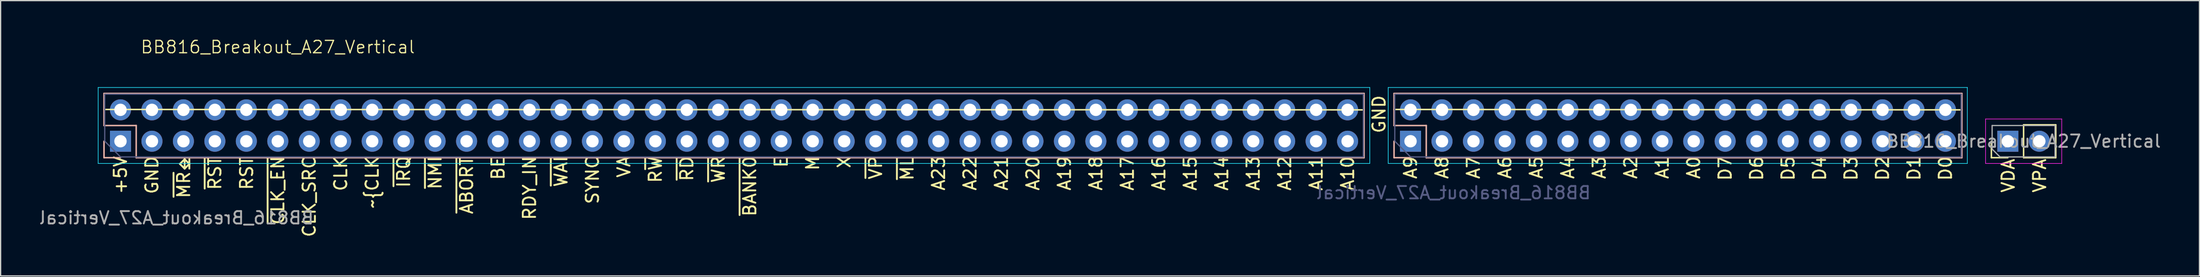
<source format=kicad_pcb>
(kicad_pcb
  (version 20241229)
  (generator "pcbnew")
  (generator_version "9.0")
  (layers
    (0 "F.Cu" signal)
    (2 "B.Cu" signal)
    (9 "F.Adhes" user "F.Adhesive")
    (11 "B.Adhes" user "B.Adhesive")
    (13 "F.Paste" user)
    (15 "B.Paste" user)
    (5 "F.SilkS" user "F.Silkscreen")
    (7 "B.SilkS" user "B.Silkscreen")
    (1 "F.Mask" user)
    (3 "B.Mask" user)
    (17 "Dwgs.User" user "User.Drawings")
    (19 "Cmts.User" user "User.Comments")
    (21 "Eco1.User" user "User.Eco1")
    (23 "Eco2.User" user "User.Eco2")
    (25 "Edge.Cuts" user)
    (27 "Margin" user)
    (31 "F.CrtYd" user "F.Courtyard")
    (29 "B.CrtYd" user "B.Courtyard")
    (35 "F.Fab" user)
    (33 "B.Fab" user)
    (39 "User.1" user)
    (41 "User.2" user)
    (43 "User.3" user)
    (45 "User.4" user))
  (footprint "BB816_Breakout_A27_Vertical"
    (layer "F.Cu")
    (at 6.666 8.37)
    (property "Reference" "BB816_Breakout_A27_Vertical" (at 12.71 -7.61 0) (unlocked yes) (layer "F.SilkS") (effects (font (size 1 1) (thickness 0.1))))
    (attr through_hole)
    (fp_line (start 100.34 -2.53) (end -1.32 -2.56) (stroke (width 0.12) (type solid)) (layer "F.SilkS"))
    (fp_line (start 148.66 -2.53) (end 102.82 -2.56) (stroke (width 0.12) (type solid)) (layer "F.SilkS"))
    (fp_line (start 151.04 1.34) (end 151.04 0.01) (stroke (width 0.12) (type solid)) (layer "F.SilkS"))
    (fp_line (start 152.37 1.34) (end 151.04 1.34) (stroke (width 0.12) (type solid)) (layer "F.SilkS"))
    (fp_line (start 153.64 -1.32) (end 156.24 -1.32) (stroke (width 0.12) (type solid)) (layer "F.SilkS"))
    (fp_line (start 153.64 1.34) (end 153.64 -1.32) (stroke (width 0.12) (type solid)) (layer "F.SilkS"))
    (fp_line (start 153.64 1.34) (end 156.24 1.34) (stroke (width 0.12) (type solid)) (layer "F.SilkS"))
    (fp_line (start 156.24 1.34) (end 156.24 -1.32) (stroke (width 0.12) (type solid)) (layer "F.SilkS"))
    (fp_line (start -1.32 -3.86) (end 100.4 -3.86) (stroke (width 0.12) (type solid)) (layer "B.SilkS"))
    (fp_line (start -1.32 -1.26) (end -1.32 -3.86) (stroke (width 0.12) (type solid)) (layer "B.SilkS"))
    (fp_line (start -1.32 1.34) (end -1.32 0.01) (stroke (width 0.12) (type solid)) (layer "B.SilkS"))
    (fp_line (start 0.01 1.34) (end -1.32 1.34) (stroke (width 0.12) (type solid)) (layer "B.SilkS"))
    (fp_line (start 1.28 -1.26) (end -1.32 -1.26) (stroke (width 0.12) (type solid)) (layer "B.SilkS"))
    (fp_line (start 1.28 1.34) (end 1.28 -1.26) (stroke (width 0.12) (type solid)) (layer "B.SilkS"))
    (fp_line (start 1.28 1.34) (end 100.4 1.34) (stroke (width 0.12) (type solid)) (layer "B.SilkS"))
    (fp_line (start 100.4 1.34) (end 100.4 -3.86) (stroke (width 0.12) (type solid)) (layer "B.SilkS"))
    (fp_line (start 102.82 -3.86) (end 148.66 -3.86) (stroke (width 0.12) (type solid)) (layer "B.SilkS"))
    (fp_line (start 102.82 -1.26) (end 102.82 -3.86) (stroke (width 0.12) (type solid)) (layer "B.SilkS"))
    (fp_line (start 102.82 1.34) (end 102.82 0.01) (stroke (width 0.12) (type solid)) (layer "B.SilkS"))
    (fp_line (start 104.15 1.34) (end 102.82 1.34) (stroke (width 0.12) (type solid)) (layer "B.SilkS"))
    (fp_line (start 105.42 -1.26) (end 102.82 -1.26) (stroke (width 0.12) (type solid)) (layer "B.SilkS"))
    (fp_line (start 105.42 1.34) (end 105.42 -1.26) (stroke (width 0.12) (type solid)) (layer "B.SilkS"))
    (fp_line (start 105.42 1.34) (end 148.66 1.34) (stroke (width 0.12) (type solid)) (layer "B.SilkS"))
    (fp_line (start 148.66 1.34) (end 148.66 -3.86) (stroke (width 0.12) (type solid)) (layer "B.SilkS"))
    (fp_line (start -1.79 -4.34) (end -1.79 1.81) (stroke (width 0.05) (type solid)) (layer "B.CrtYd"))
    (fp_line (start -1.79 1.81) (end 100.86 1.81) (stroke (width 0.05) (type solid)) (layer "B.CrtYd"))
    (fp_line (start 100.86 -4.34) (end -1.79 -4.34) (stroke (width 0.05) (type solid)) (layer "B.CrtYd"))
    (fp_line (start 100.86 1.81) (end 100.86 -4.34) (stroke (width 0.05) (type solid)) (layer "B.CrtYd"))
    (fp_line (start 102.35 -4.34) (end 102.35 1.81) (stroke (width 0.05) (type solid)) (layer "B.CrtYd"))
    (fp_line (start 102.35 1.81) (end 149.1 1.81) (stroke (width 0.05) (type solid)) (layer "B.CrtYd"))
    (fp_line (start 149.1 -4.34) (end 102.35 -4.34) (stroke (width 0.05) (type solid)) (layer "B.CrtYd"))
    (fp_line (start 149.1 1.81) (end 149.1 -4.34) (stroke (width 0.05) (type solid)) (layer "B.CrtYd"))
    (fp_line (start 150.57 -1.79) (end 150.57 1.81) (stroke (width 0.05) (type solid)) (layer "F.CrtYd"))
    (fp_line (start 150.57 1.81) (end 156.72 1.81) (stroke (width 0.05) (type solid)) (layer "F.CrtYd"))
    (fp_line (start 156.72 -1.79) (end 150.57 -1.79) (stroke (width 0.05) (type solid)) (layer "F.CrtYd"))
    (fp_line (start 156.72 1.81) (end 156.72 -1.79) (stroke (width 0.05) (type solid)) (layer "F.CrtYd"))
    (fp_line (start -1.26 -3.8) (end 100.34 -3.8) (stroke (width 0.1) (type solid)) (layer "B.Fab"))
    (fp_line (start -1.26 0.01) (end -1.26 -3.8) (stroke (width 0.1) (type solid)) (layer "B.Fab"))
    (fp_line (start 0.01 1.28) (end -1.26 0.01) (stroke (width 0.1) (type solid)) (layer "B.Fab"))
    (fp_line (start 100.34 -3.8) (end 100.34 1.28) (stroke (width 0.1) (type solid)) (layer "B.Fab"))
    (fp_line (start 100.34 1.28) (end 0.01 1.28) (stroke (width 0.1) (type solid)) (layer "B.Fab"))
    (fp_line (start 102.88 -3.8) (end 148.6 -3.8) (stroke (width 0.1) (type solid)) (layer "B.Fab"))
    (fp_line (start 102.88 0.01) (end 102.88 -3.8) (stroke (width 0.1) (type solid)) (layer "B.Fab"))
    (fp_line (start 104.15 1.28) (end 102.88 0.01) (stroke (width 0.1) (type solid)) (layer "B.Fab"))
    (fp_line (start 148.6 -3.8) (end 148.6 1.28) (stroke (width 0.1) (type solid)) (layer "B.Fab"))
    (fp_line (start 148.6 1.28) (end 104.15 1.28) (stroke (width 0.1) (type solid)) (layer "B.Fab"))
    (fp_line (start 151.1 -1.26) (end 156.18 -1.26) (stroke (width 0.1) (type solid)) (layer "F.Fab"))
    (fp_line (start 151.1 0.645) (end 151.1 -1.26) (stroke (width 0.1) (type solid)) (layer "F.Fab"))
    (fp_line (start 151.735 1.28) (end 151.1 0.645) (stroke (width 0.1) (type solid)) (layer "F.Fab"))
    (fp_line (start 156.18 -1.26) (end 156.18 1.28) (stroke (width 0.1) (type solid)) (layer "F.Fab"))
    (fp_line (start 156.18 1.28) (end 151.735 1.28) (stroke (width 0.1) (type solid)) (layer "F.Fab"))
    (fp_text user "+5V" (at 0.01 1.128 90) (unlocked yes) (layer "F.SilkS") (effects (font (size 1 1) (thickness 0.15)) (justify right)))
    (fp_text user "D5" (at 134.63 1.138 90) (unlocked yes) (layer "F.SilkS") (effects (font (size 1 1) (thickness 0.15)) (justify right)))
    (fp_text user "~{CLK_EN}" (at 12.71 1.128 90) (unlocked yes) (layer "F.SilkS") (effects (font (size 1 1) (thickness 0.15)) (justify right)))
    (fp_text user "E" (at 53.35 1.128 90) (unlocked yes) (layer "F.SilkS") (effects (font (size 1 1) (thickness 0.15)) (justify right)))
    (fp_text user "A1" (at 124.47 1.138 90) (unlocked yes) (layer "F.SilkS") (effects (font (size 1 1) (thickness 0.15)) (justify right)))
    (fp_text user "A17" (at 81.29 1.138 90) (unlocked yes) (layer "F.SilkS") (effects (font (size 1 1) (thickness 0.15)) (justify right)))
    (fp_text user "RDY_IN" (at 33.03 1.128 90) (unlocked yes) (layer "F.SilkS") (effects (font (size 1 1) (thickness 0.15)) (justify right)))
    (fp_text user "~{WR}" (at 48.27 1.128 90) (unlocked yes) (layer "F.SilkS") (effects (font (size 1 1) (thickness 0.15)) (justify right)))
    (fp_text user "~{MR}⎒" (at 5.115 1.128 90) (unlocked yes) (layer "F.SilkS") (effects (font (size 1 1) (thickness 0.15)) (justify right)))
    (fp_text user "~{BANK0}" (at 50.81 1.128 90) (unlocked yes) (layer "F.SilkS") (effects (font (size 1 1) (thickness 0.15)) (justify right)))
    (fp_text user "A13" (at 91.45 1.138 90) (unlocked yes) (layer "F.SilkS") (effects (font (size 1 1) (thickness 0.15)) (justify right)))
    (fp_text user "GND" (at 2.55 1.128 90) (unlocked yes) (layer "F.SilkS") (effects (font (size 1 1) (thickness 0.15)) (justify right)))
    (fp_text user "CLK_SRC" (at 15.25 1.138 90) (unlocked yes) (layer "F.SilkS") (effects (font (size 1 1) (thickness 0.15)) (justify right)))
    (fp_text user "VA" (at 40.65 1.128 90) (unlocked yes) (layer "F.SilkS") (effects (font (size 1 1) (thickness 0.15)) (justify right)))
    (fp_text user "BE" (at 30.49 1.128 90) (unlocked yes) (layer "F.SilkS") (effects (font (size 1 1) (thickness 0.15)) (justify right)))
    (fp_text user "A5" (at 114.31 1.138 90) (unlocked yes) (layer "F.SilkS") (effects (font (size 1 1) (thickness 0.15)) (justify right)))
    (fp_text user "A0" (at 127.01 1.138 90) (unlocked yes) (layer "F.SilkS") (effects (font (size 1 1) (thickness 0.15)) (justify right)))
    (fp_text user "RST" (at 10.195 1.128 90) (unlocked yes) (layer "F.SilkS") (effects (font (size 1 1) (thickness 0.15)) (justify right)))
    (fp_text user "VPA" (at 154.94 1.34 90) (unlocked yes) (layer "F.SilkS") (effects (font (size 1 1) (thickness 0.15)) (justify right)))
    (fp_text user "~{IRQ}" (at 22.87 1.128 90) (unlocked yes) (layer "F.SilkS") (effects (font (size 1 1) (thickness 0.15)) (justify right)))
    (fp_text user "A6" (at 111.77 1.138 90) (unlocked yes) (layer "F.SilkS") (effects (font (size 1 1) (thickness 0.15)) (justify right)))
    (fp_text user "A18" (at 78.75 1.128 90) (unlocked yes) (layer "F.SilkS") (effects (font (size 1 1) (thickness 0.15)) (justify right)))
    (fp_text user "D1\n" (at 144.79 1.138 90) (unlocked yes) (layer "F.SilkS") (effects (font (size 1 1) (thickness 0.15)) (justify right)))
    (fp_text user "SYNC" (at 38.11 1.128 90) (unlocked yes) (layer "F.SilkS") (effects (font (size 1 1) (thickness 0.15)) (justify right)))
    (fp_text user "~{VP}" (at 60.97 1.128 90) (unlocked yes) (layer "F.SilkS") (effects (font (size 1 1) (thickness 0.15)) (justify right)))
    (fp_text user "~{NMI}" (at 25.41 1.128 90) (unlocked yes) (layer "F.SilkS") (effects (font (size 1 1) (thickness 0.15)) (justify right)))
    (fp_text user "A3" (at 119.39 1.138 90) (unlocked yes) (layer "F.SilkS") (effects (font (size 1 1) (thickness 0.15)) (justify right)))
    (fp_text user "VDA" (at 152.4 1.34 90) (unlocked yes) (layer "F.SilkS") (effects (font (size 1 1) (thickness 0.15)) (justify right)))
    (fp_text user "A2" (at 121.93 1.138 90) (unlocked yes) (layer "F.SilkS") (effects (font (size 1 1) (thickness 0.15)) (justify right)))
    (fp_text user "A15" (at 86.37 1.138 90) (unlocked yes) (layer "F.SilkS") (effects (font (size 1 1) (thickness 0.15)) (justify right)))
    (fp_text user "A21" (at 71.13 1.128 90) (unlocked yes) (layer "F.SilkS") (effects (font (size 1 1) (thickness 0.15)) (justify right)))
    (fp_text user "~{ABORT}" (at 27.95 1.128 90) (unlocked yes) (layer "F.SilkS") (effects (font (size 1 1) (thickness 0.15)) (justify right)))
    (fp_text user "A7" (at 109.23 1.138 90) (unlocked yes) (layer "F.SilkS") (effects (font (size 1 1) (thickness 0.15)) (justify right)))
    (fp_text user "R~{W}" (at 43.19 1.128 90) (unlocked yes) (layer "F.SilkS") (effects (font (size 1 1) (thickness 0.15)) (justify right)))
    (fp_text user "M" (at 55.89 1.128 90) (unlocked yes) (layer "F.SilkS") (effects (font (size 1 1) (thickness 0.15)) (justify right)))
    (fp_text user "A8" (at 106.69 1.138 90) (unlocked yes) (layer "F.SilkS") (effects (font (size 1 1) (thickness 0.15)) (justify right)))
    (fp_text user "X" (at 58.43 1.128 90) (unlocked yes) (layer "F.SilkS") (effects (font (size 1 1) (thickness 0.15)) (justify right)))
    (fp_text user "A14" (at 88.91 1.138 90) (unlocked yes) (layer "F.SilkS") (effects (font (size 1 1) (thickness 0.15)) (justify right)))
    (fp_text user "A4" (at 116.85 1.138 90) (unlocked yes) (layer "F.SilkS") (effects (font (size 1 1) (thickness 0.15)) (justify right)))
    (fp_text user "A16" (at 83.83 1.138 90) (unlocked yes) (layer "F.SilkS") (effects (font (size 1 1) (thickness 0.15)) (justify right)))
    (fp_text user "D3" (at 139.71 1.138 90) (unlocked yes) (layer "F.SilkS") (effects (font (size 1 1) (thickness 0.15)) (justify right)))
    (fp_text user "D4" (at 137.17 1.138 90) (unlocked yes) (layer "F.SilkS") (effects (font (size 1 1) (thickness 0.15)) (justify right)))
    (fp_text user "D2" (at 142.25 1.138 90) (unlocked yes) (layer "F.SilkS") (effects (font (size 1 1) (thickness 0.15)) (justify right)))
    (fp_text user "~{WAI}" (at 35.57 1.128 90) (unlocked yes) (layer "F.SilkS") (effects (font (size 1 1) (thickness 0.15)) (justify right)))
    (fp_text user "GND" (at 101.61 -3.8 90) (unlocked yes) (layer "F.SilkS") (effects (font (size 1 1) (thickness 0.15)) (justify right)))
    (fp_text user "D0" (at 147.33 1.138 90) (unlocked yes) (layer "F.SilkS") (effects (font (size 1 1) (thickness 0.15)) (justify right)))
    (fp_text user "A11" (at 96.53 1.138 90) (unlocked yes) (layer "F.SilkS") (effects (font (size 1 1) (thickness 0.15)) (justify right)))
    (fp_text user "A23" (at 66.05 1.128 90) (unlocked yes) (layer "F.SilkS") (effects (font (size 1 1) (thickness 0.15)) (justify right)))
    (fp_text user "CLK" (at 17.79 1.128 90) (unlocked yes) (layer "F.SilkS") (effects (font (size 1 1) (thickness 0.15)) (justify right)))
    (fp_text user "A12" (at 93.99 1.138 90) (unlocked yes) (layer "F.SilkS") (effects (font (size 1 1) (thickness 0.15)) (justify right)))
    (fp_text user "A19" (at 76.21 1.128 90) (unlocked yes) (layer "F.SilkS") (effects (font (size 1 1) (thickness 0.15)) (justify right)))
    (fp_text user "~{ML}" (at 63.51 1.128 90) (unlocked yes) (layer "F.SilkS") (effects (font (size 1 1) (thickness 0.15)) (justify right)))
    (fp_text user "A22" (at 68.59 1.128 90) (unlocked yes) (layer "F.SilkS") (effects (font (size 1 1) (thickness 0.15)) (justify right)))
    (fp_text user "A10" (at 99.07 1.138 90) (unlocked yes) (layer "F.SilkS") (effects (font (size 1 1) (thickness 0.15)) (justify right)))
    (fp_text user "~{RST}" (at 7.63 1.128 90) (unlocked yes) (layer "F.SilkS") (effects (font (size 1 1) (thickness 0.15)) (justify right)))
    (fp_text user "A20" (at 73.67 1.128 90) (unlocked yes) (layer "F.SilkS") (effects (font (size 1 1) (thickness 0.15)) (justify right)))
    (fp_text user "A9" (at 104.15 1.138 90) (unlocked yes) (layer "F.SilkS") (effects (font (size 1 1) (thickness 0.15)) (justify right)))
    (fp_text user "D6" (at 132.09 1.138 90) (unlocked yes) (layer "F.SilkS") (effects (font (size 1 1) (thickness 0.15)) (justify right)))
    (fp_text user "~{CLK" (at 20.33 1.128 90) (unlocked yes) (layer "F.SilkS") (effects (font (size 1 1) (thickness 0.15)) (justify right)))
    (fp_text user "D7" (at 129.55 1.138 90) (unlocked yes) (layer "F.SilkS") (effects (font (size 1 1) (thickness 0.15)) (justify right)))
    (fp_text user "~{RD}" (at 45.73 1.128 90) (unlocked yes) (layer "F.SilkS") (effects (font (size 1 1) (thickness 0.15)) (justify right)))
    (fp_text user "${REFERENCE}" (at 107.62 4.18 0) (layer "B.Fab") (effects (font (size 1 1) (thickness 0.15)) (justify mirror)))
    (fp_text user "${REFERENCE}" (at 153.64 0.01 180) (layer "F.Fab") (effects (font (size 1 1) (thickness 0.15))))
    (fp_text user "${REFERENCE}" (at 4.53 6.21 0) (unlocked yes) (layer "F.Fab") (effects (font (size 1 1) (thickness 0.15)) (justify mirror)))
    (pad "a1" thru_hole oval (at 0.01 -2.53 90) (size 1.7 1.7) (drill 1) (layers "*.Cu" "*.Mask"))
    (pad "a2" thru_hole oval (at 2.55 -2.53 90) (size 1.7 1.7) (drill 1) (layers "*.Cu" "*.Mask"))
    (pad "a3" thru_hole oval (at 5.09 -2.53 90) (size 1.7 1.7) (drill 1) (layers "*.Cu" "*.Mask"))
    (pad "a4" thru_hole oval (at 7.63 -2.53 90) (size 1.7 1.7) (drill 1) (layers "*.Cu" "*.Mask"))
    (pad "a5" thru_hole oval (at 10.17 -2.53 90) (size 1.7 1.7) (drill 1) (layers "*.Cu" "*.Mask"))
    (pad "a6" thru_hole oval (at 12.71 -2.53 90) (size 1.7 1.7) (drill 1) (layers "*.Cu" "*.Mask"))
    (pad "a7" thru_hole oval (at 15.25 -2.53 90) (size 1.7 1.7) (drill 1) (layers "*.Cu" "*.Mask"))
    (pad "a8" thru_hole oval (at 17.79 -2.53 90) (size 1.7 1.7) (drill 1) (layers "*.Cu" "*.Mask"))
    (pad "a9" thru_hole oval (at 20.33 -2.53 90) (size 1.7 1.7) (drill 1) (layers "*.Cu" "*.Mask"))
    (pad "a10" thru_hole oval (at 22.87 -2.53 90) (size 1.7 1.7) (drill 1) (layers "*.Cu" "*.Mask"))
    (pad "a11" thru_hole oval (at 25.41 -2.53 90) (size 1.7 1.7) (drill 1) (layers "*.Cu" "*.Mask"))
    (pad "a12" thru_hole oval (at 27.95 -2.53 90) (size 1.7 1.7) (drill 1) (layers "*.Cu" "*.Mask"))
    (pad "a13" thru_hole oval (at 30.49 -2.53 90) (size 1.7 1.7) (drill 1) (layers "*.Cu" "*.Mask"))
    (pad "a14" thru_hole oval (at 33.03 -2.53 90) (size 1.7 1.7) (drill 1) (layers "*.Cu" "*.Mask"))
    (pad "a15" thru_hole oval (at 35.57 -2.53 90) (size 1.7 1.7) (drill 1) (layers "*.Cu" "*.Mask"))
    (pad "a16" thru_hole oval (at 38.11 -2.53 90) (size 1.7 1.7) (drill 1) (layers "*.Cu" "*.Mask"))
    (pad "a17" thru_hole oval (at 40.65 -2.53 90) (size 1.7 1.7) (drill 1) (layers "*.Cu" "*.Mask"))
    (pad "a18" thru_hole oval (at 43.19 -2.53 90) (size 1.7 1.7) (drill 1) (layers "*.Cu" "*.Mask"))
    (pad "a19" thru_hole oval (at 45.73 -2.53 90) (size 1.7 1.7) (drill 1) (layers "*.Cu" "*.Mask"))
    (pad "a20" thru_hole oval (at 48.27 -2.53 90) (size 1.7 1.7) (drill 1) (layers "*.Cu" "*.Mask"))
    (pad "a21" thru_hole oval (at 50.81 -2.53 90) (size 1.7 1.7) (drill 1) (layers "*.Cu" "*.Mask"))
    (pad "a22" thru_hole oval (at 53.35 -2.53 90) (size 1.7 1.7) (drill 1) (layers "*.Cu" "*.Mask"))
    (pad "a23" thru_hole oval (at 55.89 -2.53 90) (size 1.7 1.7) (drill 1) (layers "*.Cu" "*.Mask"))
    (pad "a24" thru_hole oval (at 58.43 -2.53 90) (size 1.7 1.7) (drill 1) (layers "*.Cu" "*.Mask"))
    (pad "a25" thru_hole oval (at 60.97 -2.53 90) (size 1.7 1.7) (drill 1) (layers "*.Cu" "*.Mask"))
    (pad "a26" thru_hole oval (at 63.51 -2.53 90) (size 1.7 1.7) (drill 1) (layers "*.Cu" "*.Mask"))
    (pad "a27" thru_hole oval (at 66.05 -2.53 90) (size 1.7 1.7) (drill 1) (layers "*.Cu" "*.Mask"))
    (pad "a28" thru_hole oval (at 68.59 -2.53 90) (size 1.7 1.7) (drill 1) (layers "*.Cu" "*.Mask"))
    (pad "a29" thru_hole oval (at 71.13 -2.53 90) (size 1.7 1.7) (drill 1) (layers "*.Cu" "*.Mask"))
    (pad "a30" thru_hole oval (at 73.67 -2.53 90) (size 1.7 1.7) (drill 1) (layers "*.Cu" "*.Mask"))
    (pad "a31" thru_hole oval (at 76.21 -2.53 90) (size 1.7 1.7) (drill 1) (layers "*.Cu" "*.Mask"))
    (pad "a32" thru_hole oval (at 78.75 -2.53 90) (size 1.7 1.7) (drill 1) (layers "*.Cu" "*.Mask"))
    (pad "a33" thru_hole oval (at 81.29 -2.53 90) (size 1.7 1.7) (drill 1) (layers "*.Cu" "*.Mask"))
    (pad "a34" thru_hole oval (at 83.83 -2.53 90) (size 1.7 1.7) (drill 1) (layers "*.Cu" "*.Mask"))
    (pad "a35" thru_hole oval (at 86.37 -2.53 90) (size 1.7 1.7) (drill 1) (layers "*.Cu" "*.Mask"))
    (pad "a36" thru_hole oval (at 88.91 -2.53 90) (size 1.7 1.7) (drill 1) (layers "*.Cu" "*.Mask"))
    (pad "a37" thru_hole oval (at 91.45 -2.53 90) (size 1.7 1.7) (drill 1) (layers "*.Cu" "*.Mask"))
    (pad "a38" thru_hole oval (at 93.99 -2.53 90) (size 1.7 1.7) (drill 1) (layers "*.Cu" "*.Mask"))
    (pad "a39" thru_hole oval (at 96.53 -2.53 90) (size 1.7 1.7) (drill 1) (layers "*.Cu" "*.Mask"))
    (pad "a40" thru_hole oval (at 99.07 -2.53 90) (size 1.7 1.7) (drill 1) (layers "*.Cu" "*.Mask"))
    (pad "a41" thru_hole oval (at 104.15 -2.53 90) (size 1.7 1.7) (drill 1) (layers "*.Cu" "*.Mask"))
    (pad "a42" thru_hole oval (at 106.69 -2.53 90) (size 1.7 1.7) (drill 1) (layers "*.Cu" "*.Mask"))
    (pad "a43" thru_hole oval (at 109.23 -2.53 90) (size 1.7 1.7) (drill 1) (layers "*.Cu" "*.Mask"))
    (pad "a44" thru_hole oval (at 111.77 -2.53 90) (size 1.7 1.7) (drill 1) (layers "*.Cu" "*.Mask"))
    (pad "a45" thru_hole oval (at 114.31 -2.53 90) (size 1.7 1.7) (drill 1) (layers "*.Cu" "*.Mask"))
    (pad "a46" thru_hole oval (at 116.85 -2.53 90) (size 1.7 1.7) (drill 1) (layers "*.Cu" "*.Mask"))
    (pad "a47" thru_hole oval (at 119.39 -2.53 90) (size 1.7 1.7) (drill 1) (layers "*.Cu" "*.Mask"))
    (pad "a48" thru_hole oval (at 121.93 -2.53 90) (size 1.7 1.7) (drill 1) (layers "*.Cu" "*.Mask"))
    (pad "a49" thru_hole oval (at 124.47 -2.53 90) (size 1.7 1.7) (drill 1) (layers "*.Cu" "*.Mask"))
    (pad "a50" thru_hole oval (at 127.01 -2.53 90) (size 1.7 1.7) (drill 1) (layers "*.Cu" "*.Mask"))
    (pad "a51" thru_hole oval (at 129.55 -2.53 90) (size 1.7 1.7) (drill 1) (layers "*.Cu" "*.Mask"))
    (pad "a52" thru_hole oval (at 132.09 -2.53 90) (size 1.7 1.7) (drill 1) (layers "*.Cu" "*.Mask"))
    (pad "a53" thru_hole oval (at 134.63 -2.53 90) (size 1.7 1.7) (drill 1) (layers "*.Cu" "*.Mask"))
    (pad "a54" thru_hole oval (at 137.17 -2.53 90) (size 1.7 1.7) (drill 1) (layers "*.Cu" "*.Mask"))
    (pad "a55" thru_hole oval (at 139.71 -2.53 90) (size 1.7 1.7) (drill 1) (layers "*.Cu" "*.Mask"))
    (pad "a56" thru_hole oval (at 142.25 -2.53 90) (size 1.7 1.7) (drill 1) (layers "*.Cu" "*.Mask"))
    (pad "a57" thru_hole oval (at 144.79 -2.53 90) (size 1.7 1.7) (drill 1) (layers "*.Cu" "*.Mask"))
    (pad "a58" thru_hole oval (at 147.33 -2.53 90) (size 1.7 1.7) (drill 1) (layers "*.Cu" "*.Mask"))
    (pad "b1" thru_hole rect (at 0.01 0.01 90) (size 1.7 1.7) (drill 1) (layers "*.Cu" "*.Mask"))
    (pad "b2" thru_hole oval (at 2.55 0.01 90) (size 1.7 1.7) (drill 1) (layers "*.Cu" "*.Mask"))
    (pad "b3" thru_hole oval (at 5.09 0.01 90) (size 1.7 1.7) (drill 1) (layers "*.Cu" "*.Mask"))
    (pad "b4" thru_hole oval (at 7.63 0.01 90) (size 1.7 1.7) (drill 1) (layers "*.Cu" "*.Mask"))
    (pad "b5" thru_hole oval (at 10.17 0.01 90) (size 1.7 1.7) (drill 1) (layers "*.Cu" "*.Mask"))
    (pad "b6" thru_hole oval (at 12.71 0.01 90) (size 1.7 1.7) (drill 1) (layers "*.Cu" "*.Mask"))
    (pad "b7" thru_hole oval (at 15.25 0.01 90) (size 1.7 1.7) (drill 1) (layers "*.Cu" "*.Mask"))
    (pad "b8" thru_hole oval (at 17.79 0.01 90) (size 1.7 1.7) (drill 1) (layers "*.Cu" "*.Mask"))
    (pad "b9" thru_hole oval (at 20.33 0.01 90) (size 1.7 1.7) (drill 1) (layers "*.Cu" "*.Mask"))
    (pad "b10" thru_hole oval (at 22.87 0.01 90) (size 1.7 1.7) (drill 1) (layers "*.Cu" "*.Mask"))
    (pad "b11" thru_hole oval (at 25.41 0.01 90) (size 1.7 1.7) (drill 1) (layers "*.Cu" "*.Mask"))
    (pad "b12" thru_hole oval (at 27.95 0.01 90) (size 1.7 1.7) (drill 1) (layers "*.Cu" "*.Mask"))
    (pad "b13" thru_hole oval (at 30.49 0.01 90) (size 1.7 1.7) (drill 1) (layers "*.Cu" "*.Mask"))
    (pad "b14" thru_hole oval (at 33.03 0.01 90) (size 1.7 1.7) (drill 1) (layers "*.Cu" "*.Mask"))
    (pad "b15" thru_hole oval (at 35.57 0.01 90) (size 1.7 1.7) (drill 1) (layers "*.Cu" "*.Mask"))
    (pad "b16" thru_hole oval (at 38.11 0.01 90) (size 1.7 1.7) (drill 1) (layers "*.Cu" "*.Mask"))
    (pad "b17" thru_hole oval (at 40.65 0.01 90) (size 1.7 1.7) (drill 1) (layers "*.Cu" "*.Mask"))
    (pad "b18" thru_hole oval (at 43.19 0.01 90) (size 1.7 1.7) (drill 1) (layers "*.Cu" "*.Mask"))
    (pad "b19" thru_hole oval (at 45.73 0.01 90) (size 1.7 1.7) (drill 1) (layers "*.Cu" "*.Mask"))
    (pad "b20" thru_hole oval (at 48.27 0.01 90) (size 1.7 1.7) (drill 1) (layers "*.Cu" "*.Mask"))
    (pad "b21" thru_hole oval (at 50.81 0.01 90) (size 1.7 1.7) (drill 1) (layers "*.Cu" "*.Mask"))
    (pad "b22" thru_hole oval (at 53.35 0.01 90) (size 1.7 1.7) (drill 1) (layers "*.Cu" "*.Mask"))
    (pad "b23" thru_hole oval (at 55.89 0.01 90) (size 1.7 1.7) (drill 1) (layers "*.Cu" "*.Mask"))
    (pad "b24" thru_hole oval (at 58.43 0.01 90) (size 1.7 1.7) (drill 1) (layers "*.Cu" "*.Mask"))
    (pad "b25" thru_hole oval (at 60.97 0.01 90) (size 1.7 1.7) (drill 1) (layers "*.Cu" "*.Mask"))
    (pad "b26" thru_hole oval (at 63.51 0.01 90) (size 1.7 1.7) (drill 1) (layers "*.Cu" "*.Mask"))
    (pad "b27" thru_hole oval (at 66.05 0.01 90) (size 1.7 1.7) (drill 1) (layers "*.Cu" "*.Mask"))
    (pad "b28" thru_hole oval (at 68.59 0.01 90) (size 1.7 1.7) (drill 1) (layers "*.Cu" "*.Mask"))
    (pad "b29" thru_hole oval (at 71.13 0.01 90) (size 1.7 1.7) (drill 1) (layers "*.Cu" "*.Mask"))
    (pad "b30" thru_hole oval (at 73.67 0.01 90) (size 1.7 1.7) (drill 1) (layers "*.Cu" "*.Mask"))
    (pad "b31" thru_hole oval (at 76.21 0.01 90) (size 1.7 1.7) (drill 1) (layers "*.Cu" "*.Mask"))
    (pad "b32" thru_hole oval (at 78.75 0.01 90) (size 1.7 1.7) (drill 1) (layers "*.Cu" "*.Mask"))
    (pad "b33" thru_hole oval (at 81.29 0.01 90) (size 1.7 1.7) (drill 1) (layers "*.Cu" "*.Mask"))
    (pad "b34" thru_hole oval (at 83.83 0.01 90) (size 1.7 1.7) (drill 1) (layers "*.Cu" "*.Mask"))
    (pad "b35" thru_hole oval (at 86.37 0.01 90) (size 1.7 1.7) (drill 1) (layers "*.Cu" "*.Mask"))
    (pad "b36" thru_hole oval (at 88.91 0.01 90) (size 1.7 1.7) (drill 1) (layers "*.Cu" "*.Mask"))
    (pad "b37" thru_hole oval (at 91.45 0.01 90) (size 1.7 1.7) (drill 1) (layers "*.Cu" "*.Mask"))
    (pad "b38" thru_hole oval (at 93.99 0.01 90) (size 1.7 1.7) (drill 1) (layers "*.Cu" "*.Mask"))
    (pad "b39" thru_hole oval (at 96.53 0.01 90) (size 1.7 1.7) (drill 1) (layers "*.Cu" "*.Mask"))
    (pad "b40" thru_hole oval (at 99.07 0.01 90) (size 1.7 1.7) (drill 1) (layers "*.Cu" "*.Mask"))
    (pad "b41" thru_hole rect (at 104.15 0.01 90) (size 1.7 1.7) (drill 1) (layers "*.Cu" "*.Mask"))
    (pad "b42" thru_hole oval (at 106.69 0.01 90) (size 1.7 1.7) (drill 1) (layers "*.Cu" "*.Mask"))
    (pad "b43" thru_hole oval (at 109.23 0.01 90) (size 1.7 1.7) (drill 1) (layers "*.Cu" "*.Mask"))
    (pad "b44" thru_hole oval (at 111.77 0.01 90) (size 1.7 1.7) (drill 1) (layers "*.Cu" "*.Mask"))
    (pad "b45" thru_hole oval (at 114.31 0.01 90) (size 1.7 1.7) (drill 1) (layers "*.Cu" "*.Mask"))
    (pad "b46" thru_hole oval (at 116.85 0.01 90) (size 1.7 1.7) (drill 1) (layers "*.Cu" "*.Mask"))
    (pad "b47" thru_hole oval (at 119.39 0.01 90) (size 1.7 1.7) (drill 1) (layers "*.Cu" "*.Mask"))
    (pad "b48" thru_hole oval (at 121.93 0.01 90) (size 1.7 1.7) (drill 1) (layers "*.Cu" "*.Mask"))
    (pad "b49" thru_hole oval (at 124.47 0.01 90) (size 1.7 1.7) (drill 1) (layers "*.Cu" "*.Mask"))
    (pad "b50" thru_hole oval (at 127.01 0.01 90) (size 1.7 1.7) (drill 1) (layers "*.Cu" "*.Mask"))
    (pad "b51" thru_hole oval (at 129.55 0.01 90) (size 1.7 1.7) (drill 1) (layers "*.Cu" "*.Mask"))
    (pad "b52" thru_hole oval (at 132.09 0.01 90) (size 1.7 1.7) (drill 1) (layers "*.Cu" "*.Mask"))
    (pad "b53" thru_hole oval (at 134.63 0.01 90) (size 1.7 1.7) (drill 1) (layers "*.Cu" "*.Mask"))
    (pad "b54" thru_hole oval (at 137.17 0.01 90) (size 1.7 1.7) (drill 1) (layers "*.Cu" "*.Mask"))
    (pad "b55" thru_hole oval (at 139.71 0.01 90) (size 1.7 1.7) (drill 1) (layers "*.Cu" "*.Mask"))
    (pad "b56" thru_hole oval (at 142.25 0.01 90) (size 1.7 1.7) (drill 1) (layers "*.Cu" "*.Mask"))
    (pad "b57" thru_hole oval (at 144.79 0.01 90) (size 1.7 1.7) (drill 1) (layers "*.Cu" "*.Mask"))
    (pad "b58" thru_hole oval (at 147.33 0.01 90) (size 1.7 1.7) (drill 1) (layers "*.Cu" "*.Mask"))
    (pad "b59" thru_hole rect (at 152.37 0.01 90) (size 1.7 1.7) (drill 1) (layers "*.Cu" "*.Mask"))
    (pad "b60" thru_hole oval (at 154.91 0.01 90) (size 1.7 1.7) (drill 1) (layers "*.Cu" "*.Mask")))
  (gr_rect
    (start -3 -3)
    (end 174.503 19.282)
    (stroke (width 0.1) (type default))
    (fill no)
    (layer "Edge.Cuts")))
</source>
